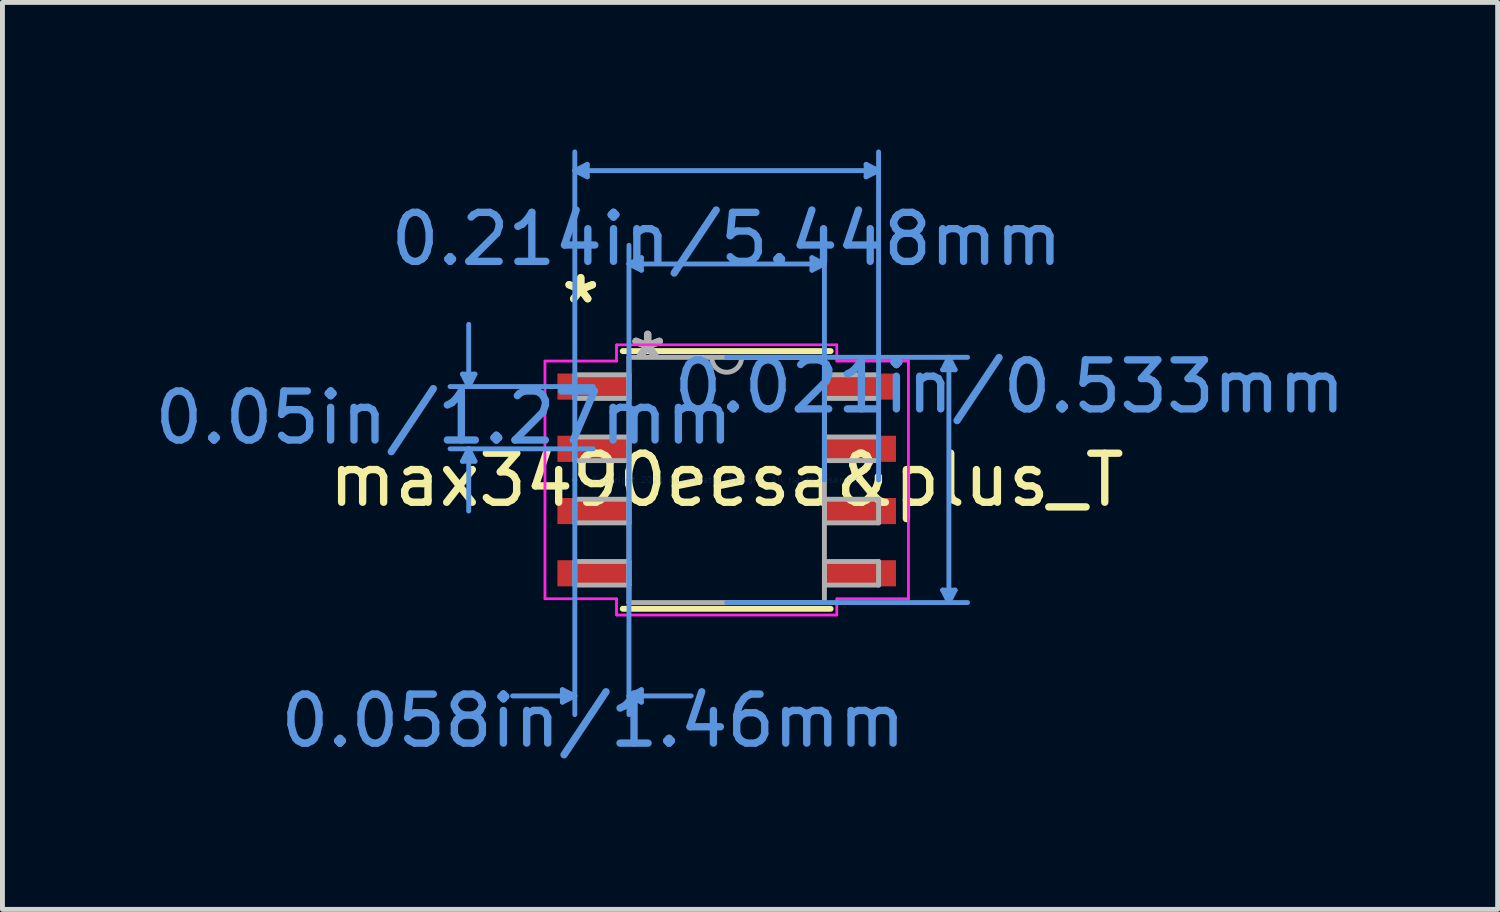
<source format=kicad_pcb>
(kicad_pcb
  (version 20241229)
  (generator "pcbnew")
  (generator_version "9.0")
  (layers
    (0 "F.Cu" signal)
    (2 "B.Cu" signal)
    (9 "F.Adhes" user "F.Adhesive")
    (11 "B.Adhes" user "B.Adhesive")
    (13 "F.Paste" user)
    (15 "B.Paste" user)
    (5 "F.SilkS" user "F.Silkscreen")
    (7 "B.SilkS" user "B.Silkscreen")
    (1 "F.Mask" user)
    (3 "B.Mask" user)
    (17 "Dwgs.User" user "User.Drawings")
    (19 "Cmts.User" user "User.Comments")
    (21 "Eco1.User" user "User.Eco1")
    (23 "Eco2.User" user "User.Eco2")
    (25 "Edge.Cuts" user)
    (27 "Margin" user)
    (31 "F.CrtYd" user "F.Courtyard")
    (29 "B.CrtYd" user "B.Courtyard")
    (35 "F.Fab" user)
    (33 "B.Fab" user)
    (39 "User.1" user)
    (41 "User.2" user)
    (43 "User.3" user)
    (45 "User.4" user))
  (footprint "max3490eesa&plus_T"
    (layer "F.Cu")
    (at 11.778 6.743)
    (property "Reference" "max3490eesa&plus_T" (at 0 0 0) (layer "F.SilkS") (effects (font (size 1 1) (thickness 0.15))))
    (attr through_hole)
    (fp_line (start -2.121 2.629) (end 2.121 2.629) (stroke (width 0.12) (type solid)) (layer "F.SilkS"))
    (fp_line (start 2.121 -2.629) (end -2.121 -2.629) (stroke (width 0.12) (type solid)) (layer "F.SilkS"))
    (fp_line (start -5.391 -2.159) (end -5.137 -2.159) (stroke (width 0.1) (type solid)) (layer "Cmts.User"))
    (fp_line (start -5.391 -0.381) (end -5.137 -0.381) (stroke (width 0.1) (type solid)) (layer "Cmts.User"))
    (fp_line (start -5.264 -1.905) (end -5.391 -2.159) (stroke (width 0.1) (type solid)) (layer "Cmts.User"))
    (fp_line (start -5.264 -1.905) (end -5.264 -3.175) (stroke (width 0.1) (type solid)) (layer "Cmts.User"))
    (fp_line (start -5.264 -1.905) (end -5.137 -2.159) (stroke (width 0.1) (type solid)) (layer "Cmts.User"))
    (fp_line (start -5.264 -0.635) (end -5.391 -0.381) (stroke (width 0.1) (type solid)) (layer "Cmts.User"))
    (fp_line (start -5.264 -0.635) (end -5.264 0.635) (stroke (width 0.1) (type solid)) (layer "Cmts.User"))
    (fp_line (start -5.264 -0.635) (end -5.137 -0.381) (stroke (width 0.1) (type solid)) (layer "Cmts.User"))
    (fp_line (start -3.353 4.28) (end -3.353 4.534) (stroke (width 0.1) (type solid)) (layer "Cmts.User"))
    (fp_line (start -3.099 -6.312) (end -2.845 -6.439) (stroke (width 0.1) (type solid)) (layer "Cmts.User"))
    (fp_line (start -3.099 -6.312) (end -2.845 -6.185) (stroke (width 0.1) (type solid)) (layer "Cmts.User"))
    (fp_line (start -3.099 -6.312) (end 3.099 -6.312) (stroke (width 0.1) (type solid)) (layer "Cmts.User"))
    (fp_line (start -3.099 0) (end -3.099 -6.693) (stroke (width 0.1) (type solid)) (layer "Cmts.User"))
    (fp_line (start -3.099 0) (end -3.099 4.788) (stroke (width 0.1) (type solid)) (layer "Cmts.User"))
    (fp_line (start -3.099 4.407) (end -4.369 4.407) (stroke (width 0.1) (type solid)) (layer "Cmts.User"))
    (fp_line (start -3.099 4.407) (end -3.353 4.28) (stroke (width 0.1) (type solid)) (layer "Cmts.User"))
    (fp_line (start -3.099 4.407) (end -3.353 4.534) (stroke (width 0.1) (type solid)) (layer "Cmts.User"))
    (fp_line (start -2.845 -6.439) (end -2.845 -6.185) (stroke (width 0.1) (type solid)) (layer "Cmts.User"))
    (fp_line (start -2.724 -1.905) (end -5.645 -1.905) (stroke (width 0.1) (type solid)) (layer "Cmts.User"))
    (fp_line (start -2.724 -0.635) (end -5.645 -0.635) (stroke (width 0.1) (type solid)) (layer "Cmts.User"))
    (fp_line (start -1.994 -4.407) (end -1.74 -4.534) (stroke (width 0.1) (type solid)) (layer "Cmts.User"))
    (fp_line (start -1.994 -4.407) (end -1.74 -4.28) (stroke (width 0.1) (type solid)) (layer "Cmts.User"))
    (fp_line (start -1.994 -4.407) (end 1.994 -4.407) (stroke (width 0.1) (type solid)) (layer "Cmts.User"))
    (fp_line (start -1.994 0) (end -1.994 -4.788) (stroke (width 0.1) (type solid)) (layer "Cmts.User"))
    (fp_line (start -1.994 0) (end -1.994 4.788) (stroke (width 0.1) (type solid)) (layer "Cmts.User"))
    (fp_line (start -1.994 4.407) (end -1.74 4.28) (stroke (width 0.1) (type solid)) (layer "Cmts.User"))
    (fp_line (start -1.994 4.407) (end -1.74 4.534) (stroke (width 0.1) (type solid)) (layer "Cmts.User"))
    (fp_line (start -1.994 4.407) (end -0.724 4.407) (stroke (width 0.1) (type solid)) (layer "Cmts.User"))
    (fp_line (start -1.74 -4.534) (end -1.74 -4.28) (stroke (width 0.1) (type solid)) (layer "Cmts.User"))
    (fp_line (start -1.74 4.28) (end -1.74 4.534) (stroke (width 0.1) (type solid)) (layer "Cmts.User"))
    (fp_line (start 0 -2.502) (end 4.915 -2.502) (stroke (width 0.1) (type solid)) (layer "Cmts.User"))
    (fp_line (start 0 2.502) (end 4.915 2.502) (stroke (width 0.1) (type solid)) (layer "Cmts.User"))
    (fp_line (start 1.74 -4.534) (end 1.74 -4.28) (stroke (width 0.1) (type solid)) (layer "Cmts.User"))
    (fp_line (start 1.994 -4.407) (end 1.74 -4.534) (stroke (width 0.1) (type solid)) (layer "Cmts.User"))
    (fp_line (start 1.994 -4.407) (end 1.74 -4.28) (stroke (width 0.1) (type solid)) (layer "Cmts.User"))
    (fp_line (start 1.994 0) (end 1.994 -4.788) (stroke (width 0.1) (type solid)) (layer "Cmts.User"))
    (fp_line (start 2.845 -6.439) (end 2.845 -6.185) (stroke (width 0.1) (type solid)) (layer "Cmts.User"))
    (fp_line (start 3.099 -6.312) (end 2.845 -6.439) (stroke (width 0.1) (type solid)) (layer "Cmts.User"))
    (fp_line (start 3.099 -6.312) (end 2.845 -6.185) (stroke (width 0.1) (type solid)) (layer "Cmts.User"))
    (fp_line (start 3.099 0) (end 3.099 -6.693) (stroke (width 0.1) (type solid)) (layer "Cmts.User"))
    (fp_line (start 4.407 -2.248) (end 4.661 -2.248) (stroke (width 0.1) (type solid)) (layer "Cmts.User"))
    (fp_line (start 4.407 2.248) (end 4.661 2.248) (stroke (width 0.1) (type solid)) (layer "Cmts.User"))
    (fp_line (start 4.534 -2.502) (end 4.407 -2.248) (stroke (width 0.1) (type solid)) (layer "Cmts.User"))
    (fp_line (start 4.534 -2.502) (end 4.534 2.502) (stroke (width 0.1) (type solid)) (layer "Cmts.User"))
    (fp_line (start 4.534 -2.502) (end 4.661 -2.248) (stroke (width 0.1) (type solid)) (layer "Cmts.User"))
    (fp_line (start 4.534 2.502) (end 4.407 2.248) (stroke (width 0.1) (type solid)) (layer "Cmts.User"))
    (fp_line (start 4.534 2.502) (end 4.661 2.248) (stroke (width 0.1) (type solid)) (layer "Cmts.User"))
    (fp_line (start -3.708 -2.426) (end -2.248 -2.426) (stroke (width 0.05) (type solid)) (layer "F.CrtYd"))
    (fp_line (start -3.708 -2.426) (end -2.248 -2.426) (stroke (width 0.05) (type solid)) (layer "F.CrtYd"))
    (fp_line (start -3.708 2.426) (end -3.708 -2.426) (stroke (width 0.05) (type solid)) (layer "F.CrtYd"))
    (fp_line (start -3.708 2.426) (end -3.708 -2.426) (stroke (width 0.05) (type solid)) (layer "F.CrtYd"))
    (fp_line (start -3.708 2.426) (end -2.248 2.426) (stroke (width 0.05) (type solid)) (layer "F.CrtYd"))
    (fp_line (start -2.248 -2.756) (end 2.248 -2.756) (stroke (width 0.05) (type solid)) (layer "F.CrtYd"))
    (fp_line (start -2.248 -2.756) (end 2.248 -2.756) (stroke (width 0.05) (type solid)) (layer "F.CrtYd"))
    (fp_line (start -2.248 -2.426) (end -2.248 -2.756) (stroke (width 0.05) (type solid)) (layer "F.CrtYd"))
    (fp_line (start -2.248 -2.426) (end -2.248 -2.756) (stroke (width 0.05) (type solid)) (layer "F.CrtYd"))
    (fp_line (start -2.248 2.426) (end -3.708 2.426) (stroke (width 0.05) (type solid)) (layer "F.CrtYd"))
    (fp_line (start -2.248 2.756) (end -2.248 2.426) (stroke (width 0.05) (type solid)) (layer "F.CrtYd"))
    (fp_line (start -2.248 2.756) (end -2.248 2.426) (stroke (width 0.05) (type solid)) (layer "F.CrtYd"))
    (fp_line (start 2.248 -2.756) (end 2.248 -2.426) (stroke (width 0.05) (type solid)) (layer "F.CrtYd"))
    (fp_line (start 2.248 -2.756) (end 2.248 -2.426) (stroke (width 0.05) (type solid)) (layer "F.CrtYd"))
    (fp_line (start 2.248 -2.426) (end 3.708 -2.426) (stroke (width 0.05) (type solid)) (layer "F.CrtYd"))
    (fp_line (start 2.248 2.426) (end 2.248 2.756) (stroke (width 0.05) (type solid)) (layer "F.CrtYd"))
    (fp_line (start 2.248 2.426) (end 2.248 2.756) (stroke (width 0.05) (type solid)) (layer "F.CrtYd"))
    (fp_line (start 2.248 2.756) (end -2.248 2.756) (stroke (width 0.05) (type solid)) (layer "F.CrtYd"))
    (fp_line (start 2.248 2.756) (end -2.248 2.756) (stroke (width 0.05) (type solid)) (layer "F.CrtYd"))
    (fp_line (start 3.708 -2.426) (end 2.248 -2.426) (stroke (width 0.05) (type solid)) (layer "F.CrtYd"))
    (fp_line (start 3.708 -2.426) (end 3.708 2.426) (stroke (width 0.05) (type solid)) (layer "F.CrtYd"))
    (fp_line (start 3.708 -2.426) (end 3.708 2.426) (stroke (width 0.05) (type solid)) (layer "F.CrtYd"))
    (fp_line (start 3.708 2.426) (end 2.248 2.426) (stroke (width 0.05) (type solid)) (layer "F.CrtYd"))
    (fp_line (start 3.708 2.426) (end 2.248 2.426) (stroke (width 0.05) (type solid)) (layer "F.CrtYd"))
    (fp_line (start -3.099 -2.146) (end -3.099 -1.664) (stroke (width 0.1) (type solid)) (layer "F.Fab"))
    (fp_line (start -3.099 -1.664) (end -1.994 -1.664) (stroke (width 0.1) (type solid)) (layer "F.Fab"))
    (fp_line (start -3.099 -0.876) (end -3.099 -0.394) (stroke (width 0.1) (type solid)) (layer "F.Fab"))
    (fp_line (start -3.099 -0.394) (end -1.994 -0.394) (stroke (width 0.1) (type solid)) (layer "F.Fab"))
    (fp_line (start -3.099 0.394) (end -3.099 0.876) (stroke (width 0.1) (type solid)) (layer "F.Fab"))
    (fp_line (start -3.099 0.876) (end -1.994 0.876) (stroke (width 0.1) (type solid)) (layer "F.Fab"))
    (fp_line (start -3.099 1.664) (end -3.099 2.146) (stroke (width 0.1) (type solid)) (layer "F.Fab"))
    (fp_line (start -3.099 2.146) (end -1.994 2.146) (stroke (width 0.1) (type solid)) (layer "F.Fab"))
    (fp_line (start -1.994 -2.502) (end -1.994 2.502) (stroke (width 0.1) (type solid)) (layer "F.Fab"))
    (fp_line (start -1.994 -2.146) (end -3.099 -2.146) (stroke (width 0.1) (type solid)) (layer "F.Fab"))
    (fp_line (start -1.994 -1.664) (end -1.994 -2.146) (stroke (width 0.1) (type solid)) (layer "F.Fab"))
    (fp_line (start -1.994 -0.876) (end -3.099 -0.876) (stroke (width 0.1) (type solid)) (layer "F.Fab"))
    (fp_line (start -1.994 -0.394) (end -1.994 -0.876) (stroke (width 0.1) (type solid)) (layer "F.Fab"))
    (fp_line (start -1.994 0.394) (end -3.099 0.394) (stroke (width 0.1) (type solid)) (layer "F.Fab"))
    (fp_line (start -1.994 0.876) (end -1.994 0.394) (stroke (width 0.1) (type solid)) (layer "F.Fab"))
    (fp_line (start -1.994 1.664) (end -3.099 1.664) (stroke (width 0.1) (type solid)) (layer "F.Fab"))
    (fp_line (start -1.994 2.146) (end -1.994 1.664) (stroke (width 0.1) (type solid)) (layer "F.Fab"))
    (fp_line (start -1.994 2.502) (end 1.994 2.502) (stroke (width 0.1) (type solid)) (layer "F.Fab"))
    (fp_line (start 1.994 -2.502) (end -1.994 -2.502) (stroke (width 0.1) (type solid)) (layer "F.Fab"))
    (fp_line (start 1.994 -2.146) (end 1.994 -1.664) (stroke (width 0.1) (type solid)) (layer "F.Fab"))
    (fp_line (start 1.994 -1.664) (end 3.099 -1.664) (stroke (width 0.1) (type solid)) (layer "F.Fab"))
    (fp_line (start 1.994 -0.876) (end 1.994 -0.394) (stroke (width 0.1) (type solid)) (layer "F.Fab"))
    (fp_line (start 1.994 -0.394) (end 3.099 -0.394) (stroke (width 0.1) (type solid)) (layer "F.Fab"))
    (fp_line (start 1.994 0.394) (end 1.994 0.876) (stroke (width 0.1) (type solid)) (layer "F.Fab"))
    (fp_line (start 1.994 0.876) (end 3.099 0.876) (stroke (width 0.1) (type solid)) (layer "F.Fab"))
    (fp_line (start 1.994 1.664) (end 1.994 2.146) (stroke (width 0.1) (type solid)) (layer "F.Fab"))
    (fp_line (start 1.994 2.146) (end 3.099 2.146) (stroke (width 0.1) (type solid)) (layer "F.Fab"))
    (fp_line (start 1.994 2.502) (end 1.994 -2.502) (stroke (width 0.1) (type solid)) (layer "F.Fab"))
    (fp_line (start 3.099 -2.146) (end 1.994 -2.146) (stroke (width 0.1) (type solid)) (layer "F.Fab"))
    (fp_line (start 3.099 -1.664) (end 3.099 -2.146) (stroke (width 0.1) (type solid)) (layer "F.Fab"))
    (fp_line (start 3.099 -0.876) (end 1.994 -0.876) (stroke (width 0.1) (type solid)) (layer "F.Fab"))
    (fp_line (start 3.099 -0.394) (end 3.099 -0.876) (stroke (width 0.1) (type solid)) (layer "F.Fab"))
    (fp_line (start 3.099 0.394) (end 1.994 0.394) (stroke (width 0.1) (type solid)) (layer "F.Fab"))
    (fp_line (start 3.099 0.876) (end 3.099 0.394) (stroke (width 0.1) (type solid)) (layer "F.Fab"))
    (fp_line (start 3.099 1.664) (end 1.994 1.664) (stroke (width 0.1) (type solid)) (layer "F.Fab"))
    (fp_line (start 3.099 2.146) (end 3.099 1.664) (stroke (width 0.1) (type solid)) (layer "F.Fab"))
    (fp_arc (start 0.3048 -2.5019) (mid 0 -2.1971) (end -0.3048 -2.5019) (stroke (width 0.1) (type solid)) (layer "F.Fab"))
    (fp_text user "*" (at -2.978 -3.581 0) (layer "F.SilkS") (effects (font (size 1 1) (thickness 0.15))))
    (fp_text user "*" (at -2.978 -3.581 0) (layer "F.SilkS") (effects (font (size 1 1) (thickness 0.15))))
    (fp_text user "0.021in/0.533mm" (at 5.772 -1.905 0) (layer "Cmts.User") (effects (font (size 1 1) (thickness 0.15))))
    (fp_text user "0.05in/1.27mm" (at -5.772 -1.27 0) (layer "Cmts.User") (effects (font (size 1 1) (thickness 0.15))))
    (fp_text user "Copyright 2021 Accelerated Designs. All rights reserved." (at 0 0 0) (layer "Cmts.User") (effects (font (size 0.127 0.127) (thickness 0.002))))
    (fp_text user "0.058in/1.46mm" (at -2.724 4.915 0) (layer "Cmts.User") (effects (font (size 1 1) (thickness 0.15))))
    (fp_text user "0.214in/5.448mm" (at 0 -4.915 0) (layer "Cmts.User") (effects (font (size 1 1) (thickness 0.15))))
    (fp_text user "*" (at -1.613 -2.426 0) (layer "F.Fab") (effects (font (size 1 1) (thickness 0.15))))
    (fp_text user "*" (at -1.613 -2.426 0) (layer "F.Fab") (effects (font (size 1 1) (thickness 0.15))))
    (pad "1" smd rect (at -2.724 -1.905) (size 1.46 0.533) (layers "F.Cu" "F.Mask" "F.Paste"))
    (pad "2" smd rect (at -2.724 -0.635) (size 1.46 0.533) (layers "F.Cu" "F.Mask" "F.Paste"))
    (pad "3" smd rect (at -2.724 0.635) (size 1.46 0.533) (layers "F.Cu" "F.Mask" "F.Paste"))
    (pad "4" smd rect (at -2.724 1.905) (size 1.46 0.533) (layers "F.Cu" "F.Mask" "F.Paste"))
    (pad "5" smd rect (at 2.724 1.905) (size 1.46 0.533) (layers "F.Cu" "F.Mask" "F.Paste"))
    (pad "6" smd rect (at 2.724 0.635) (size 1.46 0.533) (layers "F.Cu" "F.Mask" "F.Paste"))
    (pad "7" smd rect (at 2.724 -0.635) (size 1.46 0.533) (layers "F.Cu" "F.Mask" "F.Paste"))
    (pad "8" smd rect (at 2.724 -1.905) (size 1.46 0.533) (layers "F.Cu" "F.Mask" "F.Paste")))
  (gr_rect
    (start -3 -3)
    (end 27.509 15.506)
    (stroke (width 0.1) (type default))
    (fill no)
    (layer "Edge.Cuts")))
</source>
